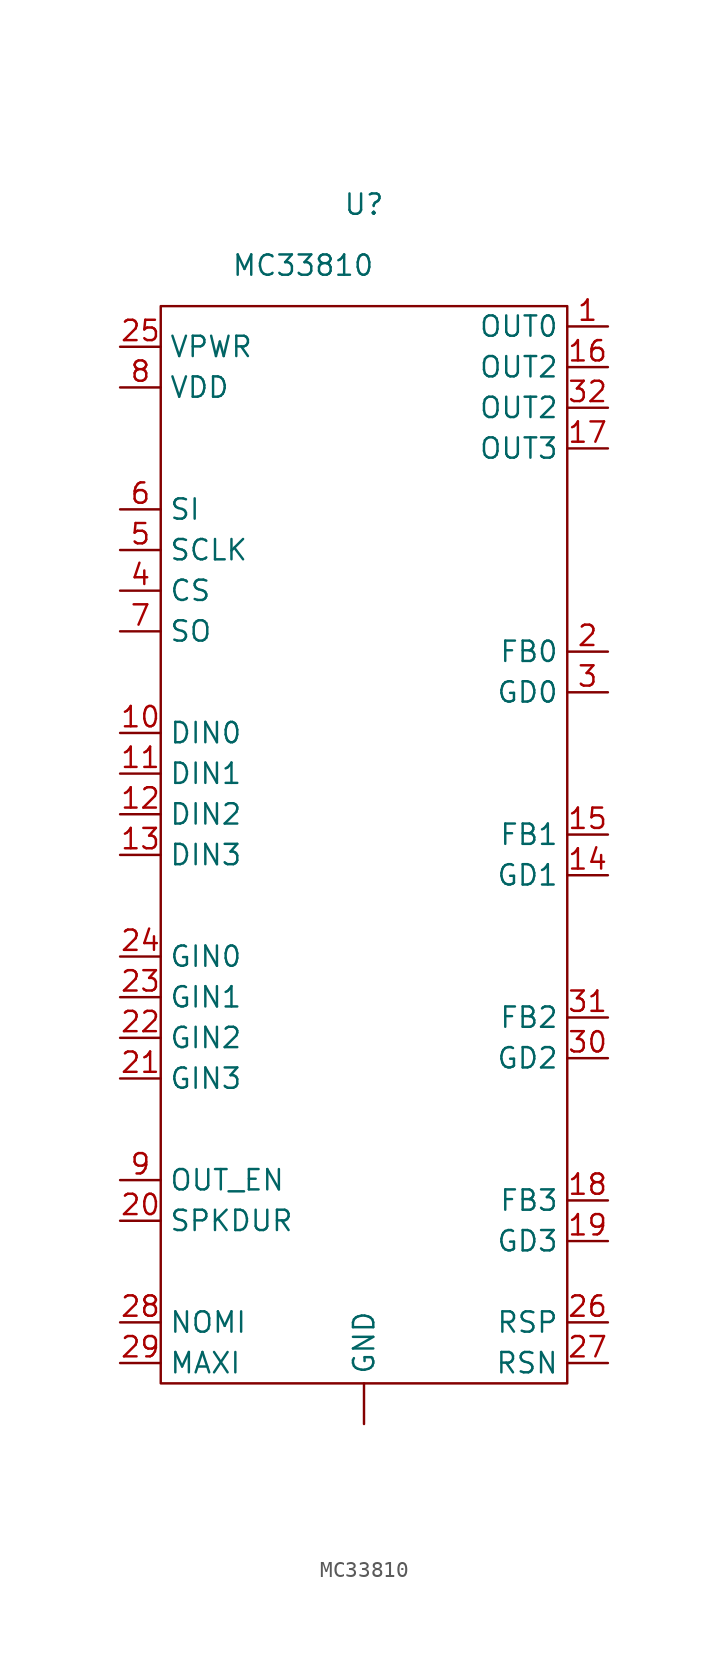
<source format=kicad_sym>
(kicad_symbol_lib
  (version 20201005)
  (generator kicad_symbol_editor)
  (symbol "mc33810:MC33810"
    (property "Reference" "U"
      (at 3.81 16.51 0)
      (effects (font (size 1.27 1.27))))
    (property "Value" "MC33810"
      (at 0 12.7 0)
      (effects (font (size 1.27 1.27))))
    (symbol "MC33810_0_1"
      (rectangle (start -8.89 -57.15) (end 16.51 10.16) (stroke (width 0.152)) (fill (type none))))
    (symbol "MC33810_1_1"
      (pin output line (at 3.81 -59.69 90) (length 2.54) (name "GND" (effects (font (size 1.27 1.27)))) (number "" (effects (font (size 1.27 1.27)))))
      (pin output line (at 19.05 8.89 180) (length 2.54) (name "OUT0" (effects (font (size 1.27 1.27)))) (number "1" (effects (font (size 1.27 1.27)))))
      (pin input line (at -11.43 -16.51 0) (length 2.54) (name "DIN0" (effects (font (size 1.27 1.27)))) (number "10" (effects (font (size 1.27 1.27)))))
      (pin input line (at -11.43 -19.05 0) (length 2.54) (name "DIN1" (effects (font (size 1.27 1.27)))) (number "11" (effects (font (size 1.27 1.27)))))
      (pin input line (at -11.43 -21.59 0) (length 2.54) (name "DIN2" (effects (font (size 1.27 1.27)))) (number "12" (effects (font (size 1.27 1.27)))))
      (pin input line (at -11.43 -24.13 0) (length 2.54) (name "DIN3" (effects (font (size 1.27 1.27)))) (number "13" (effects (font (size 1.27 1.27)))))
      (pin output line (at 19.05 -25.4 180) (length 2.54) (name "GD1" (effects (font (size 1.27 1.27)))) (number "14" (effects (font (size 1.27 1.27)))))
      (pin input line (at 19.05 -22.86 180) (length 2.54) (name "FB1" (effects (font (size 1.27 1.27)))) (number "15" (effects (font (size 1.27 1.27)))))
      (pin output line (at 19.05 6.35 180) (length 2.54) (name "OUT2" (effects (font (size 1.27 1.27)))) (number "16" (effects (font (size 1.27 1.27)))))
      (pin output line (at 19.05 1.27 180) (length 2.54) (name "OUT3" (effects (font (size 1.27 1.27)))) (number "17" (effects (font (size 1.27 1.27)))))
      (pin input line (at 19.05 -45.72 180) (length 2.54) (name "FB3" (effects (font (size 1.27 1.27)))) (number "18" (effects (font (size 1.27 1.27)))))
      (pin output line (at 19.05 -48.26 180) (length 2.54) (name "GD3" (effects (font (size 1.27 1.27)))) (number "19" (effects (font (size 1.27 1.27)))))
      (pin input line (at 19.05 -11.43 180) (length 2.54) (name "FB0" (effects (font (size 1.27 1.27)))) (number "2" (effects (font (size 1.27 1.27)))))
      (pin output line (at -11.43 -46.99 0) (length 2.54) (name "SPKDUR" (effects (font (size 1.27 1.27)))) (number "20" (effects (font (size 1.27 1.27)))))
      (pin input line (at -11.43 -38.1 0) (length 2.54) (name "GIN3" (effects (font (size 1.27 1.27)))) (number "21" (effects (font (size 1.27 1.27)))))
      (pin input line (at -11.43 -35.56 0) (length 2.54) (name "GIN2" (effects (font (size 1.27 1.27)))) (number "22" (effects (font (size 1.27 1.27)))))
      (pin input line (at -11.43 -33.02 0) (length 2.54) (name "GIN1" (effects (font (size 1.27 1.27)))) (number "23" (effects (font (size 1.27 1.27)))))
      (pin input line (at -11.43 -30.48 0) (length 2.54) (name "GIN0" (effects (font (size 1.27 1.27)))) (number "24" (effects (font (size 1.27 1.27)))))
      (pin power_in line (at -11.43 7.62 0) (length 2.54) (name "VPWR" (effects (font (size 1.27 1.27)))) (number "25" (effects (font (size 1.27 1.27)))))
      (pin output line (at 19.05 -53.34 180) (length 2.54) (name "RSP" (effects (font (size 1.27 1.27)))) (number "26" (effects (font (size 1.27 1.27)))))
      (pin output line (at 19.05 -55.88 180) (length 2.54) (name "RSN" (effects (font (size 1.27 1.27)))) (number "27" (effects (font (size 1.27 1.27)))))
      (pin output line (at -11.43 -53.34 0) (length 2.54) (name "NOMI" (effects (font (size 1.27 1.27)))) (number "28" (effects (font (size 1.27 1.27)))))
      (pin output line (at -11.43 -55.88 0) (length 2.54) (name "MAXI" (effects (font (size 1.27 1.27)))) (number "29" (effects (font (size 1.27 1.27)))))
      (pin output line (at 19.05 -13.97 180) (length 2.54) (name "GD0" (effects (font (size 1.27 1.27)))) (number "3" (effects (font (size 1.27 1.27)))))
      (pin output line (at 19.05 -36.83 180) (length 2.54) (name "GD2" (effects (font (size 1.27 1.27)))) (number "30" (effects (font (size 1.27 1.27)))))
      (pin input line (at 19.05 -34.29 180) (length 2.54) (name "FB2" (effects (font (size 1.27 1.27)))) (number "31" (effects (font (size 1.27 1.27)))))
      (pin output line (at 19.05 3.81 180) (length 2.54) (name "OUT2" (effects (font (size 1.27 1.27)))) (number "32" (effects (font (size 1.27 1.27)))))
      (pin input line (at -11.43 -7.62 0) (length 2.54) (name "CS" (effects (font (size 1.27 1.27)))) (number "4" (effects (font (size 1.27 1.27)))))
      (pin input line (at -11.43 -5.08 0) (length 2.54) (name "SCLK" (effects (font (size 1.27 1.27)))) (number "5" (effects (font (size 1.27 1.27)))))
      (pin input line (at -11.43 -2.54 0) (length 2.54) (name "SI" (effects (font (size 1.27 1.27)))) (number "6" (effects (font (size 1.27 1.27)))))
      (pin output line (at -11.43 -10.16 0) (length 2.54) (name "SO" (effects (font (size 1.27 1.27)))) (number "7" (effects (font (size 1.27 1.27)))))
      (pin power_in line (at -11.43 5.08 0) (length 2.54) (name "VDD" (effects (font (size 1.27 1.27)))) (number "8" (effects (font (size 1.27 1.27)))))
      (pin input line (at -11.43 -44.45 0) (length 2.54) (name "OUT_EN" (effects (font (size 1.27 1.27)))) (number "9" (effects (font (size 1.27 1.27))))))))
</source>
